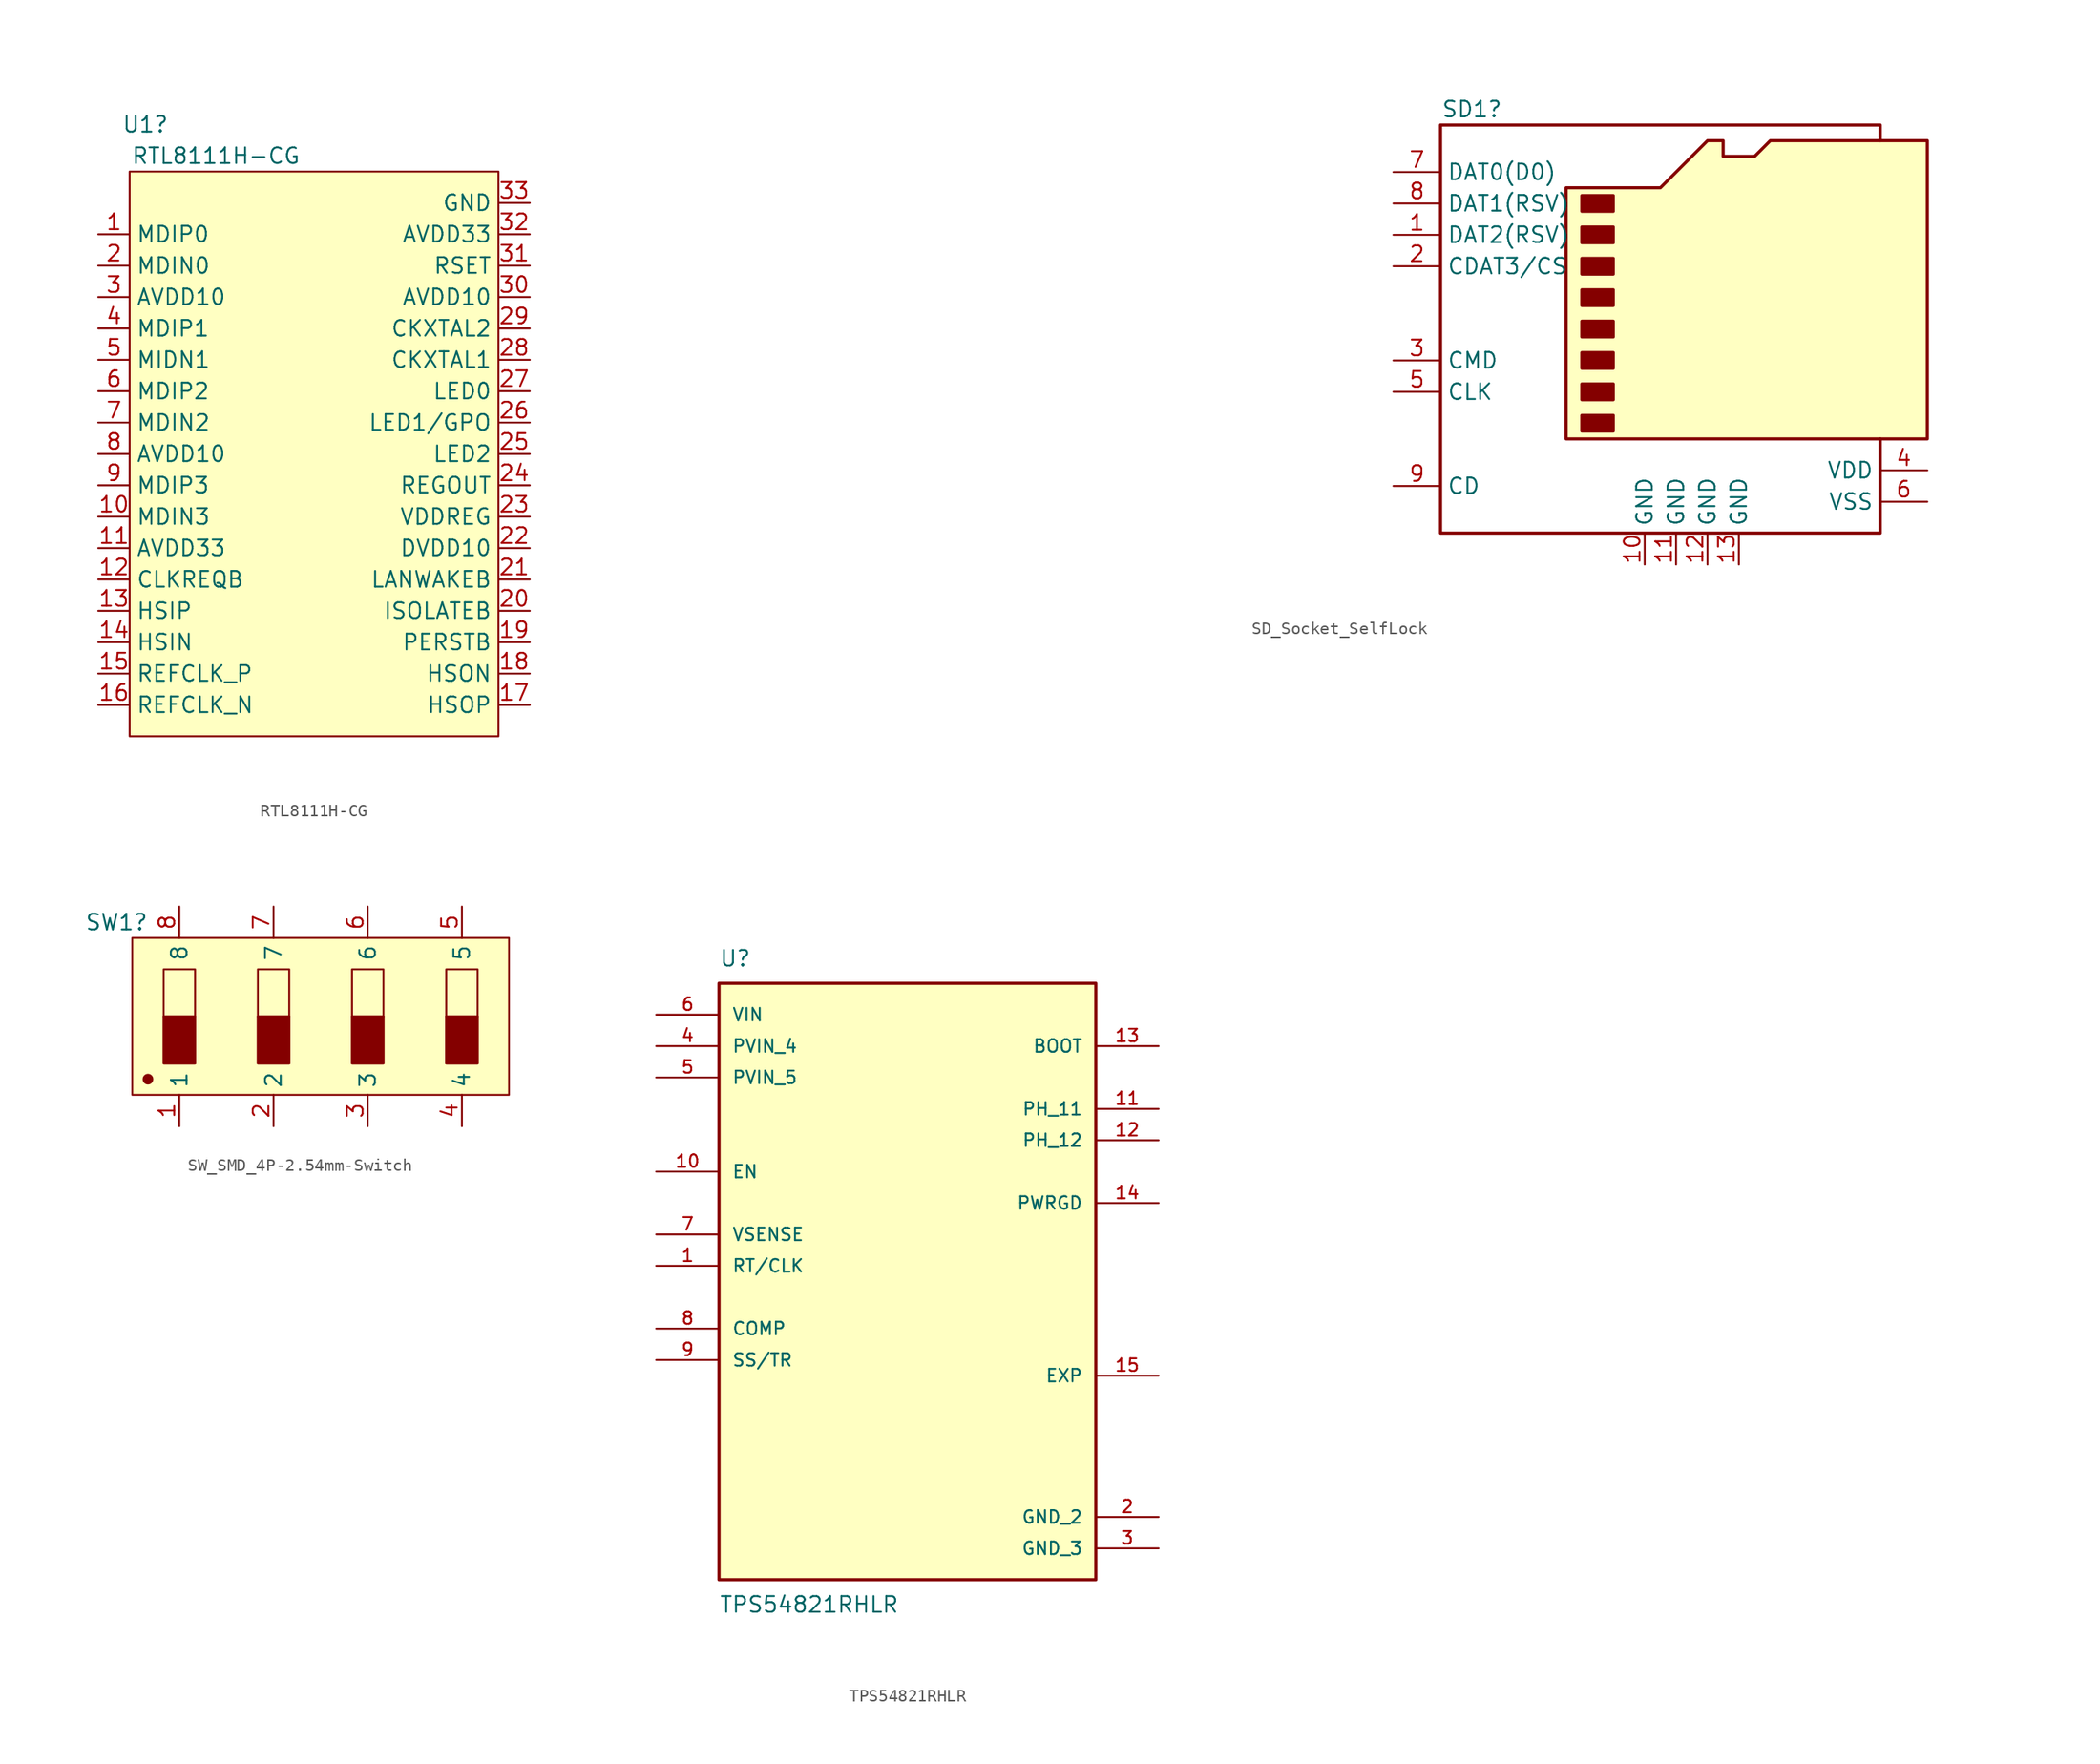
<source format=kicad_sym>
(kicad_symbol_lib
  (version 20220914)
  (generator kicad_symbol_editor)
  (symbol "RTL8111H-CG"
    (property "Reference" "U1"
      (at -13.97 26.67 0)
      (effects (font (size 1.27 1.27))))
    (property "Value" "RTL8111H-CG"
      (at -8.255 24.13 0)
      (effects (font (size 1.27 1.27))))
    (symbol "RTL8111H-CG_1_1"
      (rectangle (start -15.24 22.86) (end 14.605 -22.86) (stroke (width 0) (type default)) (fill (type background)))
      (pin input line (at -17.78 17.78 0) (length 2.54) (name "MDIP0" (effects (font (size 1.27 1.27)))) (number "1" (effects (font (size 1.27 1.27)))))
      (pin input line (at -17.78 -5.08 0) (length 2.54) (name "MDIN3" (effects (font (size 1.27 1.27)))) (number "10" (effects (font (size 1.27 1.27)))))
      (pin input line (at -17.78 -7.62 0) (length 2.54) (name "AVDD33" (effects (font (size 1.27 1.27)))) (number "11" (effects (font (size 1.27 1.27)))))
      (pin input line (at -17.78 -10.16 0) (length 2.54) (name "CLKREQB" (effects (font (size 1.27 1.27)))) (number "12" (effects (font (size 1.27 1.27)))))
      (pin input line (at -17.78 -12.7 0) (length 2.54) (name "HSIP" (effects (font (size 1.27 1.27)))) (number "13" (effects (font (size 1.27 1.27)))))
      (pin input line (at -17.78 -15.24 0) (length 2.54) (name "HSIN" (effects (font (size 1.27 1.27)))) (number "14" (effects (font (size 1.27 1.27)))))
      (pin input line (at -17.78 -17.78 0) (length 2.54) (name "REFCLK_P" (effects (font (size 1.27 1.27)))) (number "15" (effects (font (size 1.27 1.27)))))
      (pin input line (at -17.78 -20.32 0) (length 2.54) (name "REFCLK_N" (effects (font (size 1.27 1.27)))) (number "16" (effects (font (size 1.27 1.27)))))
      (pin input line (at 17.145 -20.32 180) (length 2.54) (name "HSOP" (effects (font (size 1.27 1.27)))) (number "17" (effects (font (size 1.27 1.27)))))
      (pin input line (at 17.145 -17.78 180) (length 2.54) (name "HSON" (effects (font (size 1.27 1.27)))) (number "18" (effects (font (size 1.27 1.27)))))
      (pin input line (at 17.145 -15.24 180) (length 2.54) (name "PERSTB" (effects (font (size 1.27 1.27)))) (number "19" (effects (font (size 1.27 1.27)))))
      (pin input line (at -17.78 15.24 0) (length 2.54) (name "MDIN0" (effects (font (size 1.27 1.27)))) (number "2" (effects (font (size 1.27 1.27)))))
      (pin input line (at 17.145 -12.7 180) (length 2.54) (name "ISOLATEB" (effects (font (size 1.27 1.27)))) (number "20" (effects (font (size 1.27 1.27)))))
      (pin input line (at 17.145 -10.16 180) (length 2.54) (name "LANWAKEB" (effects (font (size 1.27 1.27)))) (number "21" (effects (font (size 1.27 1.27)))))
      (pin input line (at 17.145 -7.62 180) (length 2.54) (name "DVDD10" (effects (font (size 1.27 1.27)))) (number "22" (effects (font (size 1.27 1.27)))))
      (pin input line (at 17.145 -5.08 180) (length 2.54) (name "VDDREG" (effects (font (size 1.27 1.27)))) (number "23" (effects (font (size 1.27 1.27)))))
      (pin input line (at 17.145 -2.54 180) (length 2.54) (name "REGOUT" (effects (font (size 1.27 1.27)))) (number "24" (effects (font (size 1.27 1.27)))))
      (pin input line (at 17.145 0 180) (length 2.54) (name "LED2" (effects (font (size 1.27 1.27)))) (number "25" (effects (font (size 1.27 1.27)))))
      (pin input line (at 17.145 2.54 180) (length 2.54) (name "LED1/GPO" (effects (font (size 1.27 1.27)))) (number "26" (effects (font (size 1.27 1.27)))))
      (pin input line (at 17.145 5.08 180) (length 2.54) (name "LED0" (effects (font (size 1.27 1.27)))) (number "27" (effects (font (size 1.27 1.27)))))
      (pin input line (at 17.145 7.62 180) (length 2.54) (name "CKXTAL1" (effects (font (size 1.27 1.27)))) (number "28" (effects (font (size 1.27 1.27)))))
      (pin input line (at 17.145 10.16 180) (length 2.54) (name "CKXTAL2" (effects (font (size 1.27 1.27)))) (number "29" (effects (font (size 1.27 1.27)))))
      (pin input line (at -17.78 12.7 0) (length 2.54) (name "AVDD10" (effects (font (size 1.27 1.27)))) (number "3" (effects (font (size 1.27 1.27)))))
      (pin input line (at 17.145 12.7 180) (length 2.54) (name "AVDD10" (effects (font (size 1.27 1.27)))) (number "30" (effects (font (size 1.27 1.27)))))
      (pin input line (at 17.145 15.24 180) (length 2.54) (name "RSET" (effects (font (size 1.27 1.27)))) (number "31" (effects (font (size 1.27 1.27)))))
      (pin input line (at 17.145 17.78 180) (length 2.54) (name "AVDD33" (effects (font (size 1.27 1.27)))) (number "32" (effects (font (size 1.27 1.27)))))
      (pin input line (at 17.145 20.32 180) (length 2.54) (name "GND" (effects (font (size 1.27 1.27)))) (number "33" (effects (font (size 1.27 1.27)))))
      (pin input line (at -17.78 10.16 0) (length 2.54) (name "MDIP1" (effects (font (size 1.27 1.27)))) (number "4" (effects (font (size 1.27 1.27)))))
      (pin input line (at -17.78 7.62 0) (length 2.54) (name "MIDN1" (effects (font (size 1.27 1.27)))) (number "5" (effects (font (size 1.27 1.27)))))
      (pin input line (at -17.78 5.08 0) (length 2.54) (name "MDIP2" (effects (font (size 1.27 1.27)))) (number "6" (effects (font (size 1.27 1.27)))))
      (pin input line (at -17.78 2.54 0) (length 2.54) (name "MDIN2" (effects (font (size 1.27 1.27)))) (number "7" (effects (font (size 1.27 1.27)))))
      (pin input line (at -17.78 0 0) (length 2.54) (name "AVDD10" (effects (font (size 1.27 1.27)))) (number "8" (effects (font (size 1.27 1.27)))))
      (pin input line (at -17.78 -2.54 0) (length 2.54) (name "MDIP3" (effects (font (size 1.27 1.27)))) (number "9" (effects (font (size 1.27 1.27)))))))
  (symbol "SD_Socket_SelfLock"
    (property "Reference" "SD1"
      (at -13.97 19.05 0)
      (effects (font (size 1.27 1.27))))
    (property "Value" ""
      (at -72.39 1.27 0)
      (effects (font (size 1.27 1.27))))
    (symbol "SD_Socket_SelfLock_0_1"
      (rectangle (start -5.08 -5.715) (end -2.54 -6.985) (stroke (width 0.254) (type default)) (fill (type outline)))
      (rectangle (start -5.08 -3.175) (end -2.54 -4.445) (stroke (width 0.254) (type default)) (fill (type outline)))
      (rectangle (start -5.08 -0.635) (end -2.54 -1.905) (stroke (width 0.254) (type default)) (fill (type outline)))
      (rectangle (start -5.08 1.905) (end -2.54 0.635) (stroke (width 0.254) (type default)) (fill (type outline)))
      (rectangle (start -5.08 4.445) (end -2.54 3.175) (stroke (width 0.254) (type default)) (fill (type outline)))
      (rectangle (start -5.08 6.985) (end -2.54 5.715) (stroke (width 0.254) (type default)) (fill (type outline)))
      (rectangle (start -5.08 9.525) (end -2.54 8.255) (stroke (width 0.254) (type default)) (fill (type outline)))
      (rectangle (start -5.08 12.065) (end -2.54 10.795) (stroke (width 0.254) (type default)) (fill (type outline)))
      (polyline (pts (xy 19.05 16.51) (xy 19.05 17.78) (xy -16.51 17.78) (xy -16.51 -15.24) (xy 19.05 -15.24) (xy 19.05 -7.62)) (stroke (width 0.254) (type default)) (fill (type none)))
      (polyline (pts (xy -6.35 -7.62) (xy -6.35 12.7) (xy 1.27 12.7) (xy 5.08 16.51) (xy 6.35 16.51) (xy 6.35 15.24) (xy 8.89 15.24) (xy 10.16 16.51) (xy 22.86 16.51) (xy 22.86 -7.62) (xy -6.35 -7.62)) (stroke (width 0.254) (type default)) (fill (type background))))
    (symbol "SD_Socket_SelfLock_1_1"
      (pin bidirectional line (at -20.32 8.89 0) (length 3.81) (name "DAT2(RSV)" (effects (font (size 1.27 1.27)))) (number "1" (effects (font (size 1.27 1.27)))))
      (pin passive line (at 0 -17.78 90) (length 2.54) (name "GND" (effects (font (size 1.27 1.27)))) (number "10" (effects (font (size 1.27 1.27)))))
      (pin passive line (at 2.54 -17.78 90) (length 2.54) (name "GND" (effects (font (size 1.27 1.27)))) (number "11" (effects (font (size 1.27 1.27)))))
      (pin passive line (at 5.08 -17.78 90) (length 2.54) (name "GND" (effects (font (size 1.27 1.27)))) (number "12" (effects (font (size 1.27 1.27)))))
      (pin passive line (at 7.62 -17.78 90) (length 2.54) (name "GND" (effects (font (size 1.27 1.27)))) (number "13" (effects (font (size 1.27 1.27)))))
      (pin bidirectional line (at -20.32 6.35 0) (length 3.81) (name "CDAT3/CS" (effects (font (size 1.27 1.27)))) (number "2" (effects (font (size 1.27 1.27)))))
      (pin input line (at -20.32 -1.27 0) (length 3.81) (name "CMD" (effects (font (size 1.27 1.27)))) (number "3" (effects (font (size 1.27 1.27)))))
      (pin power_in line (at 22.86 -10.16 180) (length 3.81) (name "VDD" (effects (font (size 1.27 1.27)))) (number "4" (effects (font (size 1.27 1.27)))))
      (pin input line (at -20.32 -3.81 0) (length 3.81) (name "CLK" (effects (font (size 1.27 1.27)))) (number "5" (effects (font (size 1.27 1.27)))))
      (pin power_in line (at 22.86 -12.7 180) (length 3.81) (name "VSS" (effects (font (size 1.27 1.27)))) (number "6" (effects (font (size 1.27 1.27)))))
      (pin bidirectional line (at -20.32 13.97 0) (length 3.81) (name "DAT0(D0)" (effects (font (size 1.27 1.27)))) (number "7" (effects (font (size 1.27 1.27)))))
      (pin bidirectional line (at -20.32 11.43 0) (length 3.81) (name "DAT1(RSV)" (effects (font (size 1.27 1.27)))) (number "8" (effects (font (size 1.27 1.27)))))
      (pin passive line (at -20.32 -11.43 0) (length 3.81) (name "CD" (effects (font (size 1.27 1.27)))) (number "9" (effects (font (size 1.27 1.27)))))))
  (symbol "SW_SMD_4P-2.54mm-Switch"
    (property "Reference" "SW1"
      (at -16.51 7.62 0)
      (effects (font (size 1.27 1.27))))
    (property "Value" ""
      (at -7.62 0 0)
      (effects (font (size 1.27 1.27))))
    (symbol "SW_SMD_4P-2.54mm-Switch_0_1"
      (rectangle (start -15.24 6.35) (end 15.24 -6.35) (stroke (width 0) (type default)) (fill (type background)))
      (circle (center -13.97 -5.08) (radius 0.356) (stroke (width 0) (type default)) (fill (type outline)))
      (rectangle (start -12.7 0) (end -10.16 -3.81) (stroke (width 0) (type default)) (fill (type outline)))
      (rectangle (start -12.7 3.81) (end -10.16 -3.81) (stroke (width 0) (type default)) (fill (type none)))
      (rectangle (start -5.08 0) (end -2.54 -3.81) (stroke (width 0) (type default)) (fill (type outline)))
      (rectangle (start -5.08 3.81) (end -2.54 -3.81) (stroke (width 0) (type default)) (fill (type none)))
      (polyline (pts (xy -12.7 0) (xy -10.16 0)) (stroke (width 0) (type default)) (fill (type none)))
      (polyline (pts (xy -5.08 0) (xy -2.54 0)) (stroke (width 0) (type default)) (fill (type none)))
      (polyline (pts (xy 2.54 0) (xy 5.08 0)) (stroke (width 0) (type default)) (fill (type none)))
      (polyline (pts (xy 10.16 0) (xy 12.7 0)) (stroke (width 0) (type default)) (fill (type none)))
      (rectangle (start 2.54 0) (end 5.08 -3.81) (stroke (width 0) (type default)) (fill (type outline)))
      (rectangle (start 2.54 3.81) (end 5.08 -3.81) (stroke (width 0) (type default)) (fill (type none)))
      (rectangle (start 10.16 0) (end 12.7 -3.81) (stroke (width 0) (type default)) (fill (type outline)))
      (rectangle (start 10.16 3.81) (end 12.7 -3.81) (stroke (width 0) (type default)) (fill (type none))))
    (symbol "SW_SMD_4P-2.54mm-Switch_1_1"
      (pin passive line (at -11.43 -8.89 90) (length 2.54) (name "1" (effects (font (size 1.27 1.27)))) (number "1" (effects (font (size 1.27 1.27)))))
      (pin passive line (at -3.81 -8.89 90) (length 2.54) (name "2" (effects (font (size 1.27 1.27)))) (number "2" (effects (font (size 1.27 1.27)))))
      (pin passive line (at 3.81 -8.89 90) (length 2.54) (name "3" (effects (font (size 1.27 1.27)))) (number "3" (effects (font (size 1.27 1.27)))))
      (pin passive line (at 11.43 -8.89 90) (length 2.54) (name "4" (effects (font (size 1.27 1.27)))) (number "4" (effects (font (size 1.27 1.27)))))
      (pin passive line (at 11.43 8.89 270) (length 2.54) (name "5" (effects (font (size 1.27 1.27)))) (number "5" (effects (font (size 1.27 1.27)))))
      (pin passive line (at 3.81 8.89 270) (length 2.54) (name "6" (effects (font (size 1.27 1.27)))) (number "6" (effects (font (size 1.27 1.27)))))
      (pin passive line (at -3.81 8.89 270) (length 2.54) (name "7" (effects (font (size 1.27 1.27)))) (number "7" (effects (font (size 1.27 1.27)))))
      (pin passive line (at -11.43 8.89 270) (length 2.54) (name "8" (effects (font (size 1.27 1.27)))) (number "8" (effects (font (size 1.27 1.27)))))))
  (symbol "TPS54821RHLR"
    (pin_names
      (offset 1.016))
    (property "Reference" "U"
      (at -15.24 26.67 0)
      (effects (font (size 1.27 1.27)) (justify left bottom)))
    (property "Value" "TPS54821RHLR"
      (at -15.24 -24.13 0)
      (effects (font (size 1.27 1.27)) (justify left top)))
    (symbol "TPS54821RHLR_0_0"
      (rectangle (start -15.24 25.4) (end 15.24 -22.86) (stroke (width 0.254) (type default)) (fill (type background)))
      (pin input line (at -20.32 2.54 0) (length 5.08) (name "RT/CLK" (effects (font (size 1.016 1.016)))) (number "1" (effects (font (size 1.016 1.016)))))
      (pin input line (at -20.32 10.16 0) (length 5.08) (name "EN" (effects (font (size 1.016 1.016)))) (number "10" (effects (font (size 1.016 1.016)))))
      (pin output line (at 20.32 15.24 180) (length 5.08) (name "PH_11" (effects (font (size 1.016 1.016)))) (number "11" (effects (font (size 1.016 1.016)))))
      (pin output line (at 20.32 12.7 180) (length 5.08) (name "PH_12" (effects (font (size 1.016 1.016)))) (number "12" (effects (font (size 1.016 1.016)))))
      (pin output line (at 20.32 20.32 180) (length 5.08) (name "BOOT" (effects (font (size 1.016 1.016)))) (number "13" (effects (font (size 1.016 1.016)))))
      (pin output line (at 20.32 7.62 180) (length 5.08) (name "PWRGD" (effects (font (size 1.016 1.016)))) (number "14" (effects (font (size 1.016 1.016)))))
      (pin passive line (at 20.32 -6.35 180) (length 5.08) (name "EXP" (effects (font (size 1.016 1.016)))) (number "15" (effects (font (size 1.016 1.016)))))
      (pin power_in line (at 20.32 -17.78 180) (length 5.08) (name "GND_2" (effects (font (size 1.016 1.016)))) (number "2" (effects (font (size 1.016 1.016)))))
      (pin power_in line (at 20.32 -20.32 180) (length 5.08) (name "GND_3" (effects (font (size 1.016 1.016)))) (number "3" (effects (font (size 1.016 1.016)))))
      (pin input line (at -20.32 20.32 0) (length 5.08) (name "PVIN_4" (effects (font (size 1.016 1.016)))) (number "4" (effects (font (size 1.016 1.016)))))
      (pin input line (at -20.32 17.78 0) (length 5.08) (name "PVIN_5" (effects (font (size 1.016 1.016)))) (number "5" (effects (font (size 1.016 1.016)))))
      (pin input line (at -20.32 22.86 0) (length 5.08) (name "VIN" (effects (font (size 1.016 1.016)))) (number "6" (effects (font (size 1.016 1.016)))))
      (pin input line (at -20.32 5.08 0) (length 5.08) (name "VSENSE" (effects (font (size 1.016 1.016)))) (number "7" (effects (font (size 1.016 1.016)))))
      (pin input line (at -20.32 -2.54 0) (length 5.08) (name "COMP" (effects (font (size 1.016 1.016)))) (number "8" (effects (font (size 1.016 1.016)))))
      (pin input line (at -20.32 -5.08 0) (length 5.08) (name "SS/TR" (effects (font (size 1.016 1.016)))) (number "9" (effects (font (size 1.016 1.016))))))))
</source>
